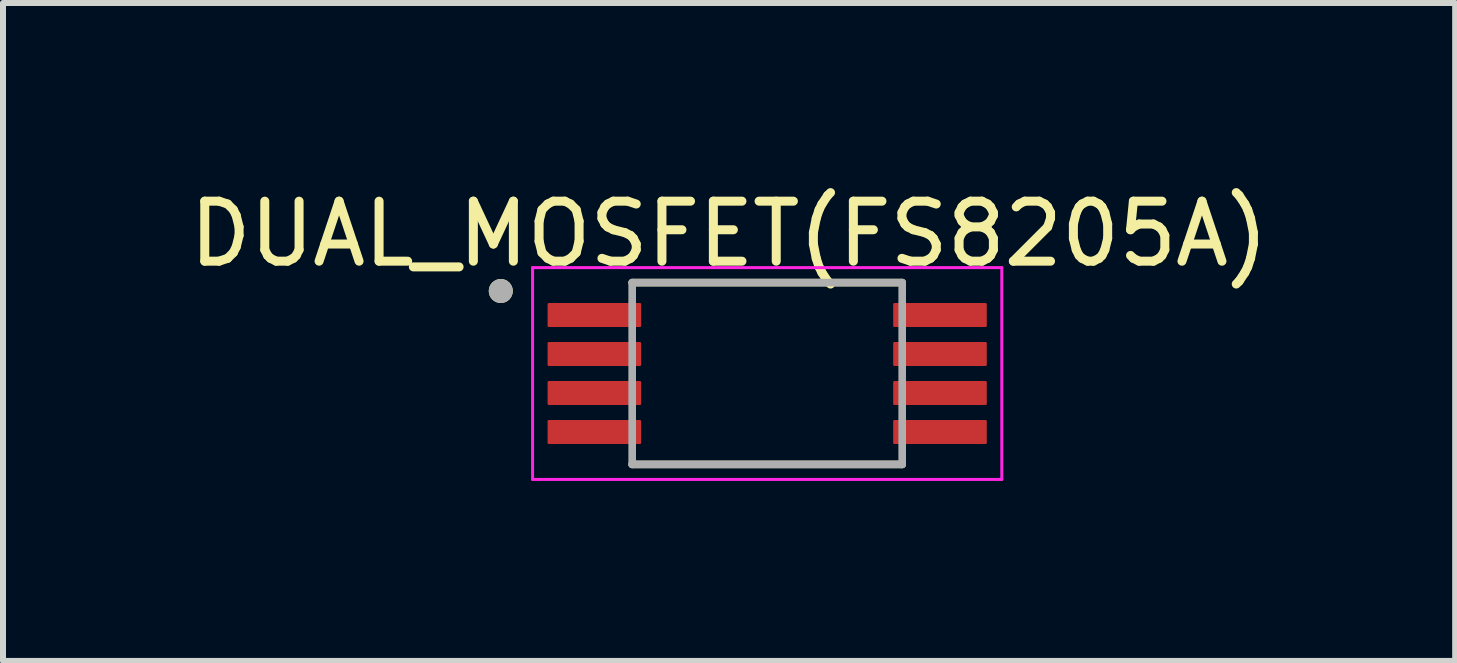
<source format=kicad_pcb>
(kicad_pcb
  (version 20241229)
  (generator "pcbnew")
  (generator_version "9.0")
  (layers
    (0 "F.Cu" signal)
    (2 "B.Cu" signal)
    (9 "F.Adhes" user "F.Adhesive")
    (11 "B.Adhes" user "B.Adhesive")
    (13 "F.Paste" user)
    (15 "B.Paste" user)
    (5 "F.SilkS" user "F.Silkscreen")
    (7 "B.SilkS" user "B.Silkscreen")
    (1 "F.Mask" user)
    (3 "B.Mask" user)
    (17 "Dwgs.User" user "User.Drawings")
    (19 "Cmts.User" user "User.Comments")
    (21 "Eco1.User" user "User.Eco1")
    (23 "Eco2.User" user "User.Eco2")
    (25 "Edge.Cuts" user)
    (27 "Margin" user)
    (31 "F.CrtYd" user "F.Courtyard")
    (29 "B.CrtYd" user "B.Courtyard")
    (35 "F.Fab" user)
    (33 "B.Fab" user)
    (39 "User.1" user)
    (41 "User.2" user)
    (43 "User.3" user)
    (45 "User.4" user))
  (footprint "DUAL_MOSFET(FS8205A)"
    (layer "F.Cu")
    (at 9.736 3.175)
    (property "Reference" "DUAL_MOSFET(FS8205A)" (at -0.635 -2.327 0) (layer "F.SilkS") (effects (font (size 1 1) (thickness 0.15))))
    (attr through_hole)
    (fp_line (start -2.25 -1.515) (end 2.25 -1.515) (stroke (width 0.127) (type solid)) (layer "F.SilkS"))
    (fp_line (start -2.25 1.515) (end 2.25 1.515) (stroke (width 0.127) (type solid)) (layer "F.SilkS"))
    (fp_circle (center -4.44 -1.375) (end -4.34 -1.375) (stroke (width 0.2) (type solid)) (fill no) (layer "F.SilkS"))
    (fp_line (start -3.91 -1.765) (end -3.91 1.765) (stroke (width 0.05) (type solid)) (layer "F.CrtYd"))
    (fp_line (start -3.91 -1.765) (end 3.91 -1.765) (stroke (width 0.05) (type solid)) (layer "F.CrtYd"))
    (fp_line (start -3.91 1.765) (end 3.91 1.765) (stroke (width 0.05) (type solid)) (layer "F.CrtYd"))
    (fp_line (start 3.91 -1.765) (end 3.91 1.765) (stroke (width 0.05) (type solid)) (layer "F.CrtYd"))
    (fp_line (start -2.25 -1.515) (end -2.25 1.515) (stroke (width 0.127) (type solid)) (layer "F.Fab"))
    (fp_line (start -2.25 -1.515) (end 2.25 -1.515) (stroke (width 0.127) (type solid)) (layer "F.Fab"))
    (fp_line (start -2.25 1.515) (end 2.25 1.515) (stroke (width 0.127) (type solid)) (layer "F.Fab"))
    (fp_line (start 2.25 -1.515) (end 2.25 1.515) (stroke (width 0.127) (type solid)) (layer "F.Fab"))
    (fp_circle (center -4.44 -1.375) (end -4.34 -1.375) (stroke (width 0.2) (type solid)) (fill no) (layer "F.Fab"))
    (pad "1" smd roundrect (at -2.88 -0.975) (size 1.56 0.4) (layers "F.Cu" "F.Mask" "F.Paste") (roundrect_rratio 0.05))
    (pad "2" smd roundrect (at -2.88 -0.325) (size 1.56 0.4) (layers "F.Cu" "F.Mask" "F.Paste") (roundrect_rratio 0.05))
    (pad "3" smd roundrect (at -2.88 0.325) (size 1.56 0.4) (layers "F.Cu" "F.Mask" "F.Paste") (roundrect_rratio 0.05))
    (pad "4" smd roundrect (at -2.88 0.975) (size 1.56 0.4) (layers "F.Cu" "F.Mask" "F.Paste") (roundrect_rratio 0.05))
    (pad "5" smd roundrect (at 2.88 0.975) (size 1.56 0.4) (layers "F.Cu" "F.Mask" "F.Paste") (roundrect_rratio 0.05))
    (pad "6" smd roundrect (at 2.88 0.325) (size 1.56 0.4) (layers "F.Cu" "F.Mask" "F.Paste") (roundrect_rratio 0.05))
    (pad "7" smd roundrect (at 2.88 -0.325) (size 1.56 0.4) (layers "F.Cu" "F.Mask" "F.Paste") (roundrect_rratio 0.05))
    (pad "8" smd roundrect (at 2.88 -0.975) (size 1.56 0.4) (layers "F.Cu" "F.Mask" "F.Paste") (roundrect_rratio 0.05)))
  (gr_rect
    (start -3 -3)
    (end 21.202 7.965)
    (stroke (width 0.1) (type default))
    (fill no)
    (layer "Edge.Cuts")))
</source>
